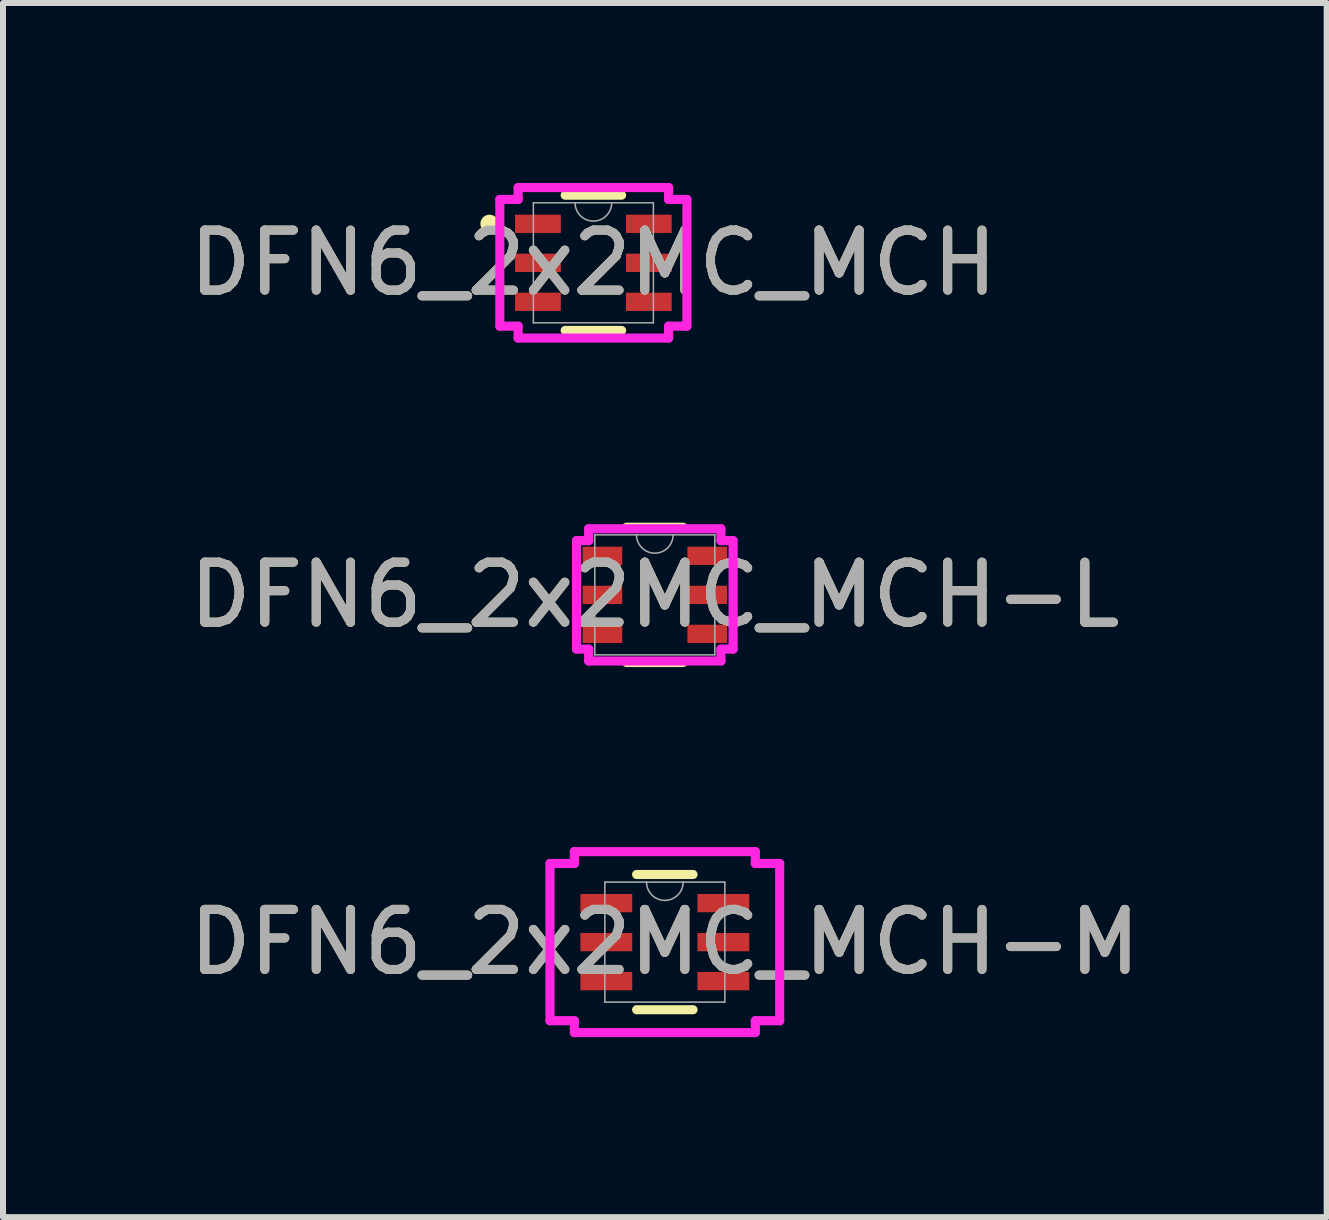
<source format=kicad_pcb>
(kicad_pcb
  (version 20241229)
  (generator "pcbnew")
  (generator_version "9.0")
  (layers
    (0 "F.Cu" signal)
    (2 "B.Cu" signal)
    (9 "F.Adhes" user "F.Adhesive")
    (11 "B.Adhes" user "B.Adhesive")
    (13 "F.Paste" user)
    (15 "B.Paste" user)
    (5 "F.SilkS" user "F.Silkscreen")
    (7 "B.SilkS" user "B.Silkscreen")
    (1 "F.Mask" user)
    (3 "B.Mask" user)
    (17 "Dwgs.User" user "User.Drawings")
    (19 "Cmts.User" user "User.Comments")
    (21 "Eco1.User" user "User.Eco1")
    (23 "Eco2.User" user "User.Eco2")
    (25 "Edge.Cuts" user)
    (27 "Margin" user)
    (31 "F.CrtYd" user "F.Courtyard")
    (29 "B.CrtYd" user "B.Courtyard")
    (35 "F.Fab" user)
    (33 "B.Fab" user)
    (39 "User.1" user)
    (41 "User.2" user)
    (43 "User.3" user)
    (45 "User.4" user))
  (footprint "DFN6_2x2MC_MCH-M"
    (layer "F.Cu")
    (at 8.03 12.651)
    (property "Reference" "DFN6_2x2MC_MCH-M" (at 0 0 0) (unlocked yes) (layer "F.SilkS") (effects (font (size 1 1) (thickness 0.15))))
    (attr smd)
    (fp_line (start -0.47 1.127) (end 0.47 1.127) (stroke (width 0.152) (type solid)) (layer "F.SilkS"))
    (fp_line (start 0.47 -1.127) (end -0.47 -1.127) (stroke (width 0.152) (type solid)) (layer "F.SilkS"))
    (fp_line (start -1.914 -1.31) (end -1.508 -1.31) (stroke (width 0.152) (type solid)) (layer "F.CrtYd"))
    (fp_line (start -1.914 1.31) (end -1.914 -1.31) (stroke (width 0.152) (type solid)) (layer "F.CrtYd"))
    (fp_line (start -1.914 1.31) (end -1.508 1.31) (stroke (width 0.152) (type solid)) (layer "F.CrtYd"))
    (fp_line (start -1.508 -1.508) (end 1.508 -1.508) (stroke (width 0.152) (type solid)) (layer "F.CrtYd"))
    (fp_line (start -1.508 -1.31) (end -1.508 -1.508) (stroke (width 0.152) (type solid)) (layer "F.CrtYd"))
    (fp_line (start -1.508 1.508) (end -1.508 1.31) (stroke (width 0.152) (type solid)) (layer "F.CrtYd"))
    (fp_line (start 1.508 -1.508) (end 1.508 -1.31) (stroke (width 0.152) (type solid)) (layer "F.CrtYd"))
    (fp_line (start 1.508 1.31) (end 1.508 1.508) (stroke (width 0.152) (type solid)) (layer "F.CrtYd"))
    (fp_line (start 1.508 1.508) (end -1.508 1.508) (stroke (width 0.152) (type solid)) (layer "F.CrtYd"))
    (fp_line (start 1.914 -1.31) (end 1.508 -1.31) (stroke (width 0.152) (type solid)) (layer "F.CrtYd"))
    (fp_line (start 1.914 -1.31) (end 1.914 1.31) (stroke (width 0.152) (type solid)) (layer "F.CrtYd"))
    (fp_line (start 1.914 1.31) (end 1.508 1.31) (stroke (width 0.152) (type solid)) (layer "F.CrtYd"))
    (fp_line (start -1 -1) (end -1 1) (stroke (width 0.025) (type solid)) (layer "F.Fab"))
    (fp_line (start -1 1) (end 1 1) (stroke (width 0.025) (type solid)) (layer "F.Fab"))
    (fp_line (start 1 -1) (end -1 -1) (stroke (width 0.025) (type solid)) (layer "F.Fab"))
    (fp_line (start 1 1) (end 1 -1) (stroke (width 0.025) (type solid)) (layer "F.Fab"))
    (fp_arc (start 0.3048 -1) (mid 0 -0.6952) (end -0.3048 -1) (stroke (width 0.0254) (type solid)) (layer "F.Fab"))
    (fp_text user "${REFERENCE}" (at 0 0 0) (unlocked yes) (layer "F.Fab") (effects (font (size 1 1) (thickness 0.15))))
    (pad "1" smd rect (at -0.975 -0.65) (size 0.864 0.305) (layers "F.Cu" "F.Mask" "F.Paste"))
    (pad "2" smd rect (at -0.975 0) (size 0.864 0.305) (layers "F.Cu" "F.Mask" "F.Paste"))
    (pad "3" smd rect (at -0.975 0.65) (size 0.864 0.305) (layers "F.Cu" "F.Mask" "F.Paste"))
    (pad "4" smd rect (at 0.975 0.65) (size 0.864 0.305) (layers "F.Cu" "F.Mask" "F.Paste"))
    (pad "5" smd rect (at 0.975 0) (size 0.864 0.305) (layers "F.Cu" "F.Mask" "F.Paste"))
    (pad "6" smd rect (at 0.975 -0.65) (size 0.864 0.305) (layers "F.Cu" "F.Mask" "F.Paste")))
  (footprint "DFN6_2x2MC_MCH"
    (layer "F.Cu")
    (at 6.839 1.33)
    (property "Reference" "DFN6_2x2MC_MCH" (at 0 0 0) (unlocked yes) (layer "F.SilkS") (effects (font (size 1 1) (thickness 0.15))))
    (attr smd)
    (fp_line (start -0.47 1.127) (end 0.47 1.127) (stroke (width 0.152) (type solid)) (layer "F.SilkS"))
    (fp_line (start 0.47 -1.127) (end -0.47 -1.127) (stroke (width 0.152) (type solid)) (layer "F.SilkS"))
    (fp_circle (center -1.731 -0.65) (end -1.655 -0.65) (stroke (width 0.152) (type solid)) (fill no) (layer "F.SilkS"))
    (fp_line (start -1.559 -1.056) (end -1.254 -1.056) (stroke (width 0.152) (type solid)) (layer "F.CrtYd"))
    (fp_line (start -1.559 1.056) (end -1.559 -1.056) (stroke (width 0.152) (type solid)) (layer "F.CrtYd"))
    (fp_line (start -1.559 1.056) (end -1.254 1.056) (stroke (width 0.152) (type solid)) (layer "F.CrtYd"))
    (fp_line (start -1.254 -1.254) (end 1.254 -1.254) (stroke (width 0.152) (type solid)) (layer "F.CrtYd"))
    (fp_line (start -1.254 -1.056) (end -1.254 -1.254) (stroke (width 0.152) (type solid)) (layer "F.CrtYd"))
    (fp_line (start -1.254 1.254) (end -1.254 1.056) (stroke (width 0.152) (type solid)) (layer "F.CrtYd"))
    (fp_line (start 1.254 -1.254) (end 1.254 -1.056) (stroke (width 0.152) (type solid)) (layer "F.CrtYd"))
    (fp_line (start 1.254 1.056) (end 1.254 1.254) (stroke (width 0.152) (type solid)) (layer "F.CrtYd"))
    (fp_line (start 1.254 1.254) (end -1.254 1.254) (stroke (width 0.152) (type solid)) (layer "F.CrtYd"))
    (fp_line (start 1.559 -1.056) (end 1.254 -1.056) (stroke (width 0.152) (type solid)) (layer "F.CrtYd"))
    (fp_line (start 1.559 -1.056) (end 1.559 1.056) (stroke (width 0.152) (type solid)) (layer "F.CrtYd"))
    (fp_line (start 1.559 1.056) (end 1.254 1.056) (stroke (width 0.152) (type solid)) (layer "F.CrtYd"))
    (fp_line (start -1 -1) (end -1 1) (stroke (width 0.025) (type solid)) (layer "F.Fab"))
    (fp_line (start -1 1) (end 1 1) (stroke (width 0.025) (type solid)) (layer "F.Fab"))
    (fp_line (start 1 -1) (end -1 -1) (stroke (width 0.025) (type solid)) (layer "F.Fab"))
    (fp_line (start 1 1) (end 1 -1) (stroke (width 0.025) (type solid)) (layer "F.Fab"))
    (fp_arc (start 0.3048 -1) (mid 0 -0.6952) (end -0.3048 -1) (stroke (width 0.0254) (type solid)) (layer "F.Fab"))
    (fp_text user "${REFERENCE}" (at 0 0 0) (unlocked yes) (layer "F.Fab") (effects (font (size 1 1) (thickness 0.15))))
    (pad "1" smd rect (at -0.924 -0.65) (size 0.762 0.305) (layers "F.Cu" "F.Mask" "F.Paste"))
    (pad "2" smd rect (at -0.924 0) (size 0.762 0.305) (layers "F.Cu" "F.Mask" "F.Paste"))
    (pad "3" smd rect (at -0.924 0.65) (size 0.762 0.305) (layers "F.Cu" "F.Mask" "F.Paste"))
    (pad "4" smd rect (at 0.924 0.65) (size 0.762 0.305) (layers "F.Cu" "F.Mask" "F.Paste"))
    (pad "5" smd rect (at 0.924 0) (size 0.762 0.305) (layers "F.Cu" "F.Mask" "F.Paste"))
    (pad "6" smd rect (at 0.924 -0.65) (size 0.762 0.305) (layers "F.Cu" "F.Mask" "F.Paste")))
  (footprint "DFN6_2x2MC_MCH-L"
    (layer "F.Cu")
    (at 7.863 6.864)
    (property "Reference" "DFN6_2x2MC_MCH-L" (at 0 0 0) (unlocked yes) (layer "F.SilkS") (effects (font (size 1 1) (thickness 0.15))))
    (attr smd)
    (fp_line (start -0.47 1.127) (end 0.47 1.127) (stroke (width 0.152) (type solid)) (layer "F.SilkS"))
    (fp_line (start 0.47 -1.127) (end -0.47 -1.127) (stroke (width 0.152) (type solid)) (layer "F.SilkS"))
    (fp_line (start -1.305 -0.904) (end -1.102 -0.904) (stroke (width 0.152) (type solid)) (layer "F.CrtYd"))
    (fp_line (start -1.305 0.904) (end -1.305 -0.904) (stroke (width 0.152) (type solid)) (layer "F.CrtYd"))
    (fp_line (start -1.305 0.904) (end -1.102 0.904) (stroke (width 0.152) (type solid)) (layer "F.CrtYd"))
    (fp_line (start -1.102 -1.102) (end 1.102 -1.102) (stroke (width 0.152) (type solid)) (layer "F.CrtYd"))
    (fp_line (start -1.102 -0.904) (end -1.102 -1.102) (stroke (width 0.152) (type solid)) (layer "F.CrtYd"))
    (fp_line (start -1.102 1.102) (end -1.102 0.904) (stroke (width 0.152) (type solid)) (layer "F.CrtYd"))
    (fp_line (start 1.102 -1.102) (end 1.102 -0.904) (stroke (width 0.152) (type solid)) (layer "F.CrtYd"))
    (fp_line (start 1.102 0.904) (end 1.102 1.102) (stroke (width 0.152) (type solid)) (layer "F.CrtYd"))
    (fp_line (start 1.102 1.102) (end -1.102 1.102) (stroke (width 0.152) (type solid)) (layer "F.CrtYd"))
    (fp_line (start 1.305 -0.904) (end 1.102 -0.904) (stroke (width 0.152) (type solid)) (layer "F.CrtYd"))
    (fp_line (start 1.305 -0.904) (end 1.305 0.904) (stroke (width 0.152) (type solid)) (layer "F.CrtYd"))
    (fp_line (start 1.305 0.904) (end 1.102 0.904) (stroke (width 0.152) (type solid)) (layer "F.CrtYd"))
    (fp_line (start -1 -1) (end -1 1) (stroke (width 0.025) (type solid)) (layer "F.Fab"))
    (fp_line (start -1 1) (end 1 1) (stroke (width 0.025) (type solid)) (layer "F.Fab"))
    (fp_line (start 1 -1) (end -1 -1) (stroke (width 0.025) (type solid)) (layer "F.Fab"))
    (fp_line (start 1 1) (end 1 -1) (stroke (width 0.025) (type solid)) (layer "F.Fab"))
    (fp_arc (start 0.3048 -1) (mid 0 -0.6952) (end -0.3048 -1) (stroke (width 0.0254) (type solid)) (layer "F.Fab"))
    (fp_text user "${REFERENCE}" (at 0 0 0) (unlocked yes) (layer "F.Fab") (effects (font (size 1 1) (thickness 0.15))))
    (pad "1" smd rect (at -0.873 -0.65) (size 0.66 0.305) (layers "F.Cu" "F.Mask" "F.Paste"))
    (pad "2" smd rect (at -0.873 0) (size 0.66 0.305) (layers "F.Cu" "F.Mask" "F.Paste"))
    (pad "3" smd rect (at -0.873 0.65) (size 0.66 0.305) (layers "F.Cu" "F.Mask" "F.Paste"))
    (pad "4" smd rect (at 0.873 0.65) (size 0.66 0.305) (layers "F.Cu" "F.Mask" "F.Paste"))
    (pad "5" smd rect (at 0.873 0) (size 0.66 0.305) (layers "F.Cu" "F.Mask" "F.Paste"))
    (pad "6" smd rect (at 0.873 -0.65) (size 0.66 0.305) (layers "F.Cu" "F.Mask" "F.Paste")))
  (gr_rect
    (start -3 -3)
    (end 19.06 17.235)
    (stroke (width 0.1) (type default))
    (fill no)
    (layer "Edge.Cuts")))
</source>
